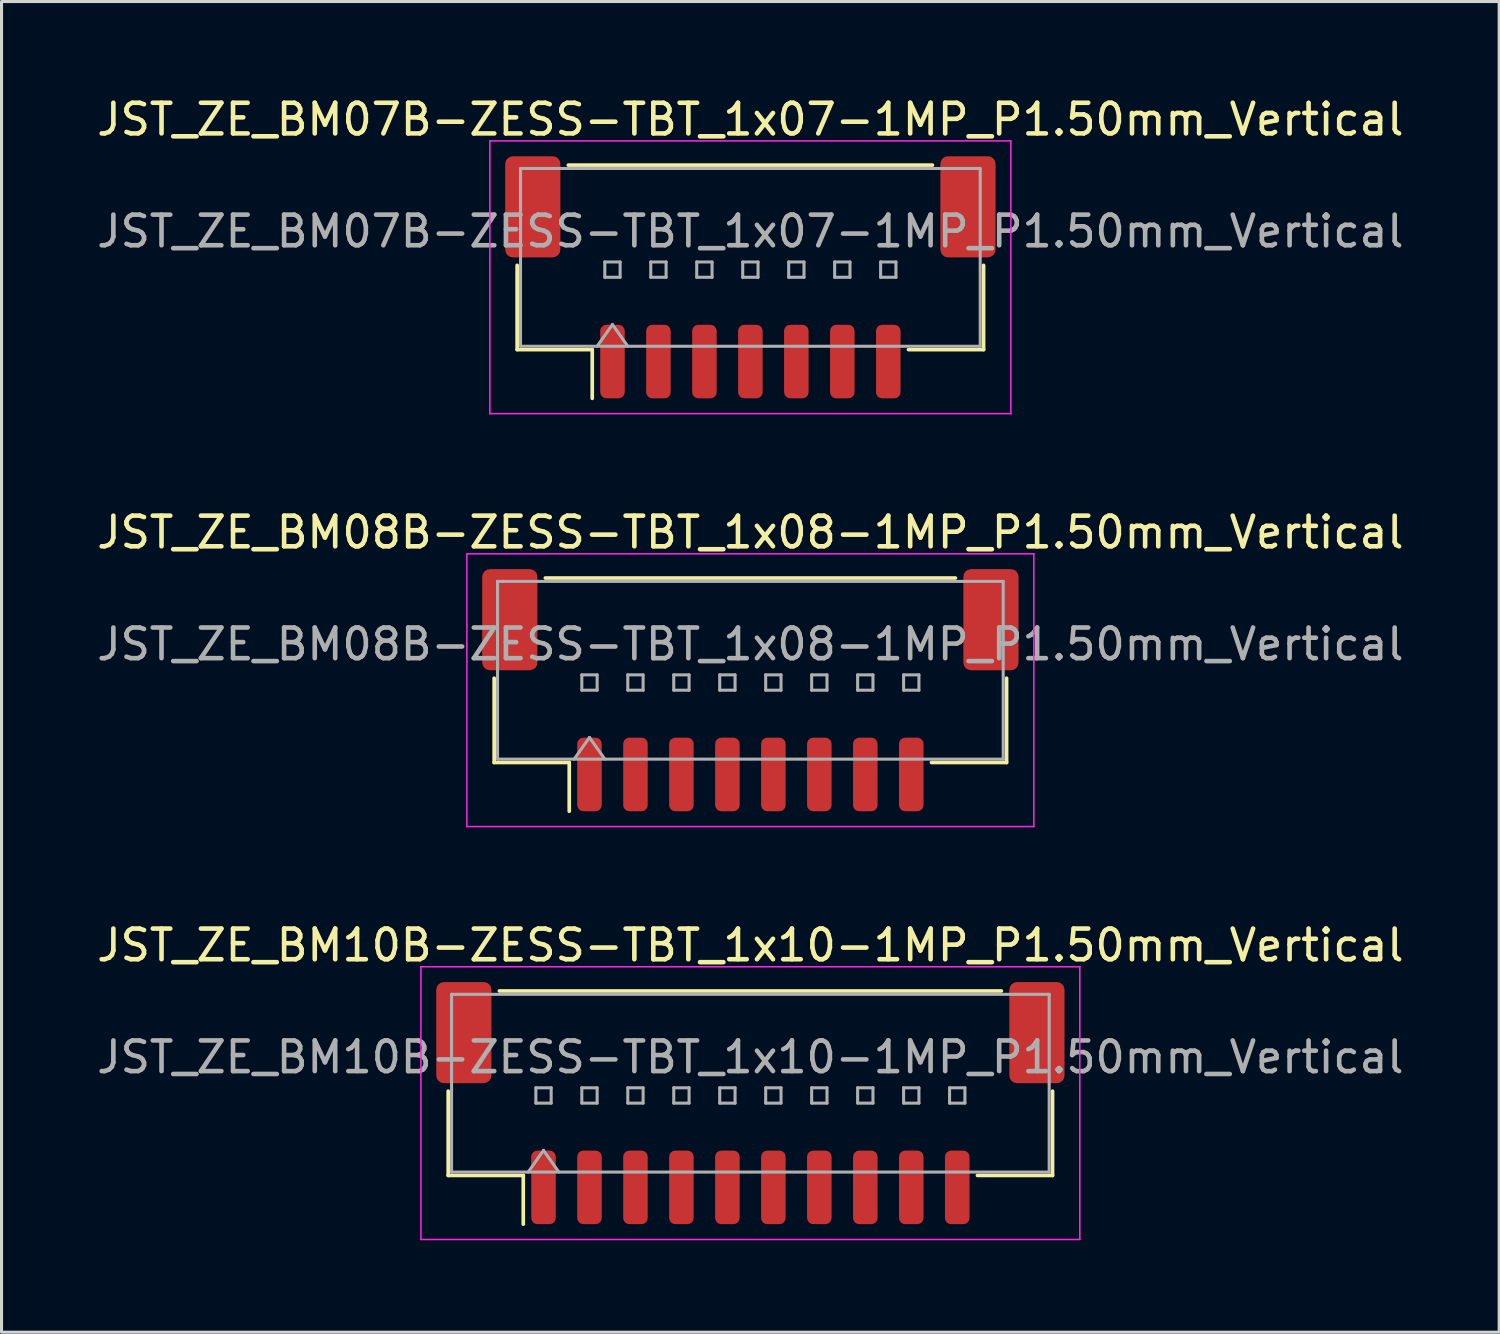
<source format=kicad_pcb>
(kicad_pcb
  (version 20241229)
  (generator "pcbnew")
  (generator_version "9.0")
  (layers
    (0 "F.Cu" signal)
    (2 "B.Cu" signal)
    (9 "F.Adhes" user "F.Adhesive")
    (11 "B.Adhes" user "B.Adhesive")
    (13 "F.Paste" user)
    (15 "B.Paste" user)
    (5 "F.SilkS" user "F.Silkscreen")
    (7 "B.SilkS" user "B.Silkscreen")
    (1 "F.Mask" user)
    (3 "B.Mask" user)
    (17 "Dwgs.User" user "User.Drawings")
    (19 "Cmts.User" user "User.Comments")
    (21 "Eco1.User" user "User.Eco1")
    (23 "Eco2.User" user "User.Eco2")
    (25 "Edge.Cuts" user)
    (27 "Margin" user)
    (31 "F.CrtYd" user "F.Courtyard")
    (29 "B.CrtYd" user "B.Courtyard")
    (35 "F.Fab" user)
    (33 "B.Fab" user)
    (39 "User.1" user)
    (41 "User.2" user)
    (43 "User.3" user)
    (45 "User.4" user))
  (footprint "JST_ZE_BM07B-ZESS-TBT_1x07-1MP_P1.50mm_Vertical"
    (layer "F.Cu")
    (at 21.435 5.998)
    (property "Reference" "JST_ZE_BM07B-ZESS-TBT_1x07-1MP_P1.50mm_Vertical" (at 0 -5.15 0) (layer "F.SilkS") (effects (font (size 1 1) (thickness 0.15))))
    (attr smd)
    (fp_line (start -7.61 -0.39) (end -7.61 2.36) (stroke (width 0.12) (type solid)) (layer "F.SilkS"))
    (fp_line (start -7.61 2.36) (end -5.16 2.36) (stroke (width 0.12) (type solid)) (layer "F.SilkS"))
    (fp_line (start -5.94 -3.66) (end 5.94 -3.66) (stroke (width 0.12) (type solid)) (layer "F.SilkS"))
    (fp_line (start -5.16 2.36) (end -5.16 3.95) (stroke (width 0.12) (type solid)) (layer "F.SilkS"))
    (fp_line (start 7.61 -0.39) (end 7.61 2.36) (stroke (width 0.12) (type solid)) (layer "F.SilkS"))
    (fp_line (start 7.61 2.36) (end 5.16 2.36) (stroke (width 0.12) (type solid)) (layer "F.SilkS"))
    (fp_line (start -8.5 -4.45) (end -8.5 4.45) (stroke (width 0.05) (type solid)) (layer "F.CrtYd"))
    (fp_line (start -8.5 4.45) (end 8.5 4.45) (stroke (width 0.05) (type solid)) (layer "F.CrtYd"))
    (fp_line (start 8.5 -4.45) (end -8.5 -4.45) (stroke (width 0.05) (type solid)) (layer "F.CrtYd"))
    (fp_line (start 8.5 4.45) (end 8.5 -4.45) (stroke (width 0.05) (type solid)) (layer "F.CrtYd"))
    (fp_line (start -7.5 -3.55) (end 7.5 -3.55) (stroke (width 0.1) (type solid)) (layer "F.Fab"))
    (fp_line (start -7.5 2.25) (end -7.5 -3.55) (stroke (width 0.1) (type solid)) (layer "F.Fab"))
    (fp_line (start -7.5 2.25) (end 7.5 2.25) (stroke (width 0.1) (type solid)) (layer "F.Fab"))
    (fp_line (start -5 2.25) (end -4.5 1.543) (stroke (width 0.1) (type solid)) (layer "F.Fab"))
    (fp_line (start -4.75 -0.5) (end -4.75 0) (stroke (width 0.1) (type solid)) (layer "F.Fab"))
    (fp_line (start -4.75 0) (end -4.25 0) (stroke (width 0.1) (type solid)) (layer "F.Fab"))
    (fp_line (start -4.5 1.543) (end -4 2.25) (stroke (width 0.1) (type solid)) (layer "F.Fab"))
    (fp_line (start -4.25 -0.5) (end -4.75 -0.5) (stroke (width 0.1) (type solid)) (layer "F.Fab"))
    (fp_line (start -4.25 0) (end -4.25 -0.5) (stroke (width 0.1) (type solid)) (layer "F.Fab"))
    (fp_line (start -3.25 -0.5) (end -3.25 0) (stroke (width 0.1) (type solid)) (layer "F.Fab"))
    (fp_line (start -3.25 0) (end -2.75 0) (stroke (width 0.1) (type solid)) (layer "F.Fab"))
    (fp_line (start -2.75 -0.5) (end -3.25 -0.5) (stroke (width 0.1) (type solid)) (layer "F.Fab"))
    (fp_line (start -2.75 0) (end -2.75 -0.5) (stroke (width 0.1) (type solid)) (layer "F.Fab"))
    (fp_line (start -1.75 -0.5) (end -1.75 0) (stroke (width 0.1) (type solid)) (layer "F.Fab"))
    (fp_line (start -1.75 0) (end -1.25 0) (stroke (width 0.1) (type solid)) (layer "F.Fab"))
    (fp_line (start -1.25 -0.5) (end -1.75 -0.5) (stroke (width 0.1) (type solid)) (layer "F.Fab"))
    (fp_line (start -1.25 0) (end -1.25 -0.5) (stroke (width 0.1) (type solid)) (layer "F.Fab"))
    (fp_line (start -0.25 -0.5) (end -0.25 0) (stroke (width 0.1) (type solid)) (layer "F.Fab"))
    (fp_line (start -0.25 0) (end 0.25 0) (stroke (width 0.1) (type solid)) (layer "F.Fab"))
    (fp_line (start 0.25 -0.5) (end -0.25 -0.5) (stroke (width 0.1) (type solid)) (layer "F.Fab"))
    (fp_line (start 0.25 0) (end 0.25 -0.5) (stroke (width 0.1) (type solid)) (layer "F.Fab"))
    (fp_line (start 1.25 -0.5) (end 1.25 0) (stroke (width 0.1) (type solid)) (layer "F.Fab"))
    (fp_line (start 1.25 0) (end 1.75 0) (stroke (width 0.1) (type solid)) (layer "F.Fab"))
    (fp_line (start 1.75 -0.5) (end 1.25 -0.5) (stroke (width 0.1) (type solid)) (layer "F.Fab"))
    (fp_line (start 1.75 0) (end 1.75 -0.5) (stroke (width 0.1) (type solid)) (layer "F.Fab"))
    (fp_line (start 2.75 -0.5) (end 2.75 0) (stroke (width 0.1) (type solid)) (layer "F.Fab"))
    (fp_line (start 2.75 0) (end 3.25 0) (stroke (width 0.1) (type solid)) (layer "F.Fab"))
    (fp_line (start 3.25 -0.5) (end 2.75 -0.5) (stroke (width 0.1) (type solid)) (layer "F.Fab"))
    (fp_line (start 3.25 0) (end 3.25 -0.5) (stroke (width 0.1) (type solid)) (layer "F.Fab"))
    (fp_line (start 4.25 -0.5) (end 4.25 0) (stroke (width 0.1) (type solid)) (layer "F.Fab"))
    (fp_line (start 4.25 0) (end 4.75 0) (stroke (width 0.1) (type solid)) (layer "F.Fab"))
    (fp_line (start 4.75 -0.5) (end 4.25 -0.5) (stroke (width 0.1) (type solid)) (layer "F.Fab"))
    (fp_line (start 4.75 0) (end 4.75 -0.5) (stroke (width 0.1) (type solid)) (layer "F.Fab"))
    (fp_line (start 7.5 2.25) (end 7.5 -3.55) (stroke (width 0.1) (type solid)) (layer "F.Fab"))
    (fp_text user "${REFERENCE}" (at 0 -1.5 0) (layer "F.Fab") (effects (font (size 1 1) (thickness 0.15))))
    (pad "1" smd roundrect (at -4.5 2.75) (size 0.8 2.4) (layers "F.Cu" "F.Mask" "F.Paste") (roundrect_rratio 0.25))
    (pad "2" smd roundrect (at -3 2.75) (size 0.8 2.4) (layers "F.Cu" "F.Mask" "F.Paste") (roundrect_rratio 0.25))
    (pad "3" smd roundrect (at -1.5 2.75) (size 0.8 2.4) (layers "F.Cu" "F.Mask" "F.Paste") (roundrect_rratio 0.25))
    (pad "4" smd roundrect (at 0 2.75) (size 0.8 2.4) (layers "F.Cu" "F.Mask" "F.Paste") (roundrect_rratio 0.25))
    (pad "5" smd roundrect (at 1.5 2.75) (size 0.8 2.4) (layers "F.Cu" "F.Mask" "F.Paste") (roundrect_rratio 0.25))
    (pad "6" smd roundrect (at 3 2.75) (size 0.8 2.4) (layers "F.Cu" "F.Mask" "F.Paste") (roundrect_rratio 0.25))
    (pad "7" smd roundrect (at 4.5 2.75) (size 0.8 2.4) (layers "F.Cu" "F.Mask" "F.Paste") (roundrect_rratio 0.25))
    (pad "MP" smd roundrect (at -7.1 -2.3) (size 1.8 3.3) (layers "F.Cu" "F.Mask" "F.Paste") (roundrect_rratio 0.139))
    (pad "MP" smd roundrect (at 7.1 -2.3) (size 1.8 3.3) (layers "F.Cu" "F.Mask" "F.Paste") (roundrect_rratio 0.139)))
  (footprint "JST_ZE_BM10B-ZESS-TBT_1x10-1MP_P1.50mm_Vertical"
    (layer "F.Cu")
    (at 21.435 32.945)
    (property "Reference" "JST_ZE_BM10B-ZESS-TBT_1x10-1MP_P1.50mm_Vertical" (at 0 -5.15 0) (layer "F.SilkS") (effects (font (size 1 1) (thickness 0.15))))
    (attr smd)
    (fp_line (start -9.86 -0.39) (end -9.86 2.36) (stroke (width 0.12) (type solid)) (layer "F.SilkS"))
    (fp_line (start -9.86 2.36) (end -7.41 2.36) (stroke (width 0.12) (type solid)) (layer "F.SilkS"))
    (fp_line (start -8.19 -3.66) (end 8.19 -3.66) (stroke (width 0.12) (type solid)) (layer "F.SilkS"))
    (fp_line (start -7.41 2.36) (end -7.41 3.95) (stroke (width 0.12) (type solid)) (layer "F.SilkS"))
    (fp_line (start 9.86 -0.39) (end 9.86 2.36) (stroke (width 0.12) (type solid)) (layer "F.SilkS"))
    (fp_line (start 9.86 2.36) (end 7.41 2.36) (stroke (width 0.12) (type solid)) (layer "F.SilkS"))
    (fp_line (start -10.75 -4.45) (end -10.75 4.45) (stroke (width 0.05) (type solid)) (layer "F.CrtYd"))
    (fp_line (start -10.75 4.45) (end 10.75 4.45) (stroke (width 0.05) (type solid)) (layer "F.CrtYd"))
    (fp_line (start 10.75 -4.45) (end -10.75 -4.45) (stroke (width 0.05) (type solid)) (layer "F.CrtYd"))
    (fp_line (start 10.75 4.45) (end 10.75 -4.45) (stroke (width 0.05) (type solid)) (layer "F.CrtYd"))
    (fp_line (start -9.75 -3.55) (end 9.75 -3.55) (stroke (width 0.1) (type solid)) (layer "F.Fab"))
    (fp_line (start -9.75 2.25) (end -9.75 -3.55) (stroke (width 0.1) (type solid)) (layer "F.Fab"))
    (fp_line (start -9.75 2.25) (end 9.75 2.25) (stroke (width 0.1) (type solid)) (layer "F.Fab"))
    (fp_line (start -7.25 2.25) (end -6.75 1.543) (stroke (width 0.1) (type solid)) (layer "F.Fab"))
    (fp_line (start -7 -0.5) (end -7 0) (stroke (width 0.1) (type solid)) (layer "F.Fab"))
    (fp_line (start -7 0) (end -6.5 0) (stroke (width 0.1) (type solid)) (layer "F.Fab"))
    (fp_line (start -6.75 1.543) (end -6.25 2.25) (stroke (width 0.1) (type solid)) (layer "F.Fab"))
    (fp_line (start -6.5 -0.5) (end -7 -0.5) (stroke (width 0.1) (type solid)) (layer "F.Fab"))
    (fp_line (start -6.5 0) (end -6.5 -0.5) (stroke (width 0.1) (type solid)) (layer "F.Fab"))
    (fp_line (start -5.5 -0.5) (end -5.5 0) (stroke (width 0.1) (type solid)) (layer "F.Fab"))
    (fp_line (start -5.5 0) (end -5 0) (stroke (width 0.1) (type solid)) (layer "F.Fab"))
    (fp_line (start -5 -0.5) (end -5.5 -0.5) (stroke (width 0.1) (type solid)) (layer "F.Fab"))
    (fp_line (start -5 0) (end -5 -0.5) (stroke (width 0.1) (type solid)) (layer "F.Fab"))
    (fp_line (start -4 -0.5) (end -4 0) (stroke (width 0.1) (type solid)) (layer "F.Fab"))
    (fp_line (start -4 0) (end -3.5 0) (stroke (width 0.1) (type solid)) (layer "F.Fab"))
    (fp_line (start -3.5 -0.5) (end -4 -0.5) (stroke (width 0.1) (type solid)) (layer "F.Fab"))
    (fp_line (start -3.5 0) (end -3.5 -0.5) (stroke (width 0.1) (type solid)) (layer "F.Fab"))
    (fp_line (start -2.5 -0.5) (end -2.5 0) (stroke (width 0.1) (type solid)) (layer "F.Fab"))
    (fp_line (start -2.5 0) (end -2 0) (stroke (width 0.1) (type solid)) (layer "F.Fab"))
    (fp_line (start -2 -0.5) (end -2.5 -0.5) (stroke (width 0.1) (type solid)) (layer "F.Fab"))
    (fp_line (start -2 0) (end -2 -0.5) (stroke (width 0.1) (type solid)) (layer "F.Fab"))
    (fp_line (start -1 -0.5) (end -1 0) (stroke (width 0.1) (type solid)) (layer "F.Fab"))
    (fp_line (start -1 0) (end -0.5 0) (stroke (width 0.1) (type solid)) (layer "F.Fab"))
    (fp_line (start -0.5 -0.5) (end -1 -0.5) (stroke (width 0.1) (type solid)) (layer "F.Fab"))
    (fp_line (start -0.5 0) (end -0.5 -0.5) (stroke (width 0.1) (type solid)) (layer "F.Fab"))
    (fp_line (start 0.5 -0.5) (end 0.5 0) (stroke (width 0.1) (type solid)) (layer "F.Fab"))
    (fp_line (start 0.5 0) (end 1 0) (stroke (width 0.1) (type solid)) (layer "F.Fab"))
    (fp_line (start 1 -0.5) (end 0.5 -0.5) (stroke (width 0.1) (type solid)) (layer "F.Fab"))
    (fp_line (start 1 0) (end 1 -0.5) (stroke (width 0.1) (type solid)) (layer "F.Fab"))
    (fp_line (start 2 -0.5) (end 2 0) (stroke (width 0.1) (type solid)) (layer "F.Fab"))
    (fp_line (start 2 0) (end 2.5 0) (stroke (width 0.1) (type solid)) (layer "F.Fab"))
    (fp_line (start 2.5 -0.5) (end 2 -0.5) (stroke (width 0.1) (type solid)) (layer "F.Fab"))
    (fp_line (start 2.5 0) (end 2.5 -0.5) (stroke (width 0.1) (type solid)) (layer "F.Fab"))
    (fp_line (start 3.5 -0.5) (end 3.5 0) (stroke (width 0.1) (type solid)) (layer "F.Fab"))
    (fp_line (start 3.5 0) (end 4 0) (stroke (width 0.1) (type solid)) (layer "F.Fab"))
    (fp_line (start 4 -0.5) (end 3.5 -0.5) (stroke (width 0.1) (type solid)) (layer "F.Fab"))
    (fp_line (start 4 0) (end 4 -0.5) (stroke (width 0.1) (type solid)) (layer "F.Fab"))
    (fp_line (start 5 -0.5) (end 5 0) (stroke (width 0.1) (type solid)) (layer "F.Fab"))
    (fp_line (start 5 0) (end 5.5 0) (stroke (width 0.1) (type solid)) (layer "F.Fab"))
    (fp_line (start 5.5 -0.5) (end 5 -0.5) (stroke (width 0.1) (type solid)) (layer "F.Fab"))
    (fp_line (start 5.5 0) (end 5.5 -0.5) (stroke (width 0.1) (type solid)) (layer "F.Fab"))
    (fp_line (start 6.5 -0.5) (end 6.5 0) (stroke (width 0.1) (type solid)) (layer "F.Fab"))
    (fp_line (start 6.5 0) (end 7 0) (stroke (width 0.1) (type solid)) (layer "F.Fab"))
    (fp_line (start 7 -0.5) (end 6.5 -0.5) (stroke (width 0.1) (type solid)) (layer "F.Fab"))
    (fp_line (start 7 0) (end 7 -0.5) (stroke (width 0.1) (type solid)) (layer "F.Fab"))
    (fp_line (start 9.75 2.25) (end 9.75 -3.55) (stroke (width 0.1) (type solid)) (layer "F.Fab"))
    (fp_text user "${REFERENCE}" (at 0 -1.5 0) (layer "F.Fab") (effects (font (size 1 1) (thickness 0.15))))
    (pad "1" smd roundrect (at -6.75 2.75) (size 0.8 2.4) (layers "F.Cu" "F.Mask" "F.Paste") (roundrect_rratio 0.25))
    (pad "2" smd roundrect (at -5.25 2.75) (size 0.8 2.4) (layers "F.Cu" "F.Mask" "F.Paste") (roundrect_rratio 0.25))
    (pad "3" smd roundrect (at -3.75 2.75) (size 0.8 2.4) (layers "F.Cu" "F.Mask" "F.Paste") (roundrect_rratio 0.25))
    (pad "4" smd roundrect (at -2.25 2.75) (size 0.8 2.4) (layers "F.Cu" "F.Mask" "F.Paste") (roundrect_rratio 0.25))
    (pad "5" smd roundrect (at -0.75 2.75) (size 0.8 2.4) (layers "F.Cu" "F.Mask" "F.Paste") (roundrect_rratio 0.25))
    (pad "6" smd roundrect (at 0.75 2.75) (size 0.8 2.4) (layers "F.Cu" "F.Mask" "F.Paste") (roundrect_rratio 0.25))
    (pad "7" smd roundrect (at 2.25 2.75) (size 0.8 2.4) (layers "F.Cu" "F.Mask" "F.Paste") (roundrect_rratio 0.25))
    (pad "8" smd roundrect (at 3.75 2.75) (size 0.8 2.4) (layers "F.Cu" "F.Mask" "F.Paste") (roundrect_rratio 0.25))
    (pad "9" smd roundrect (at 5.25 2.75) (size 0.8 2.4) (layers "F.Cu" "F.Mask" "F.Paste") (roundrect_rratio 0.25))
    (pad "10" smd roundrect (at 6.75 2.75) (size 0.8 2.4) (layers "F.Cu" "F.Mask" "F.Paste") (roundrect_rratio 0.25))
    (pad "MP" smd roundrect (at -9.35 -2.3) (size 1.8 3.3) (layers "F.Cu" "F.Mask" "F.Paste") (roundrect_rratio 0.139))
    (pad "MP" smd roundrect (at 9.35 -2.3) (size 1.8 3.3) (layers "F.Cu" "F.Mask" "F.Paste") (roundrect_rratio 0.139)))
  (footprint "JST_ZE_BM08B-ZESS-TBT_1x08-1MP_P1.50mm_Vertical"
    (layer "F.Cu")
    (at 21.435 19.471)
    (property "Reference" "JST_ZE_BM08B-ZESS-TBT_1x08-1MP_P1.50mm_Vertical" (at 0 -5.15 0) (layer "F.SilkS") (effects (font (size 1 1) (thickness 0.15))))
    (attr smd)
    (fp_line (start -8.36 -0.39) (end -8.36 2.36) (stroke (width 0.12) (type solid)) (layer "F.SilkS"))
    (fp_line (start -8.36 2.36) (end -5.91 2.36) (stroke (width 0.12) (type solid)) (layer "F.SilkS"))
    (fp_line (start -6.69 -3.66) (end 6.69 -3.66) (stroke (width 0.12) (type solid)) (layer "F.SilkS"))
    (fp_line (start -5.91 2.36) (end -5.91 3.95) (stroke (width 0.12) (type solid)) (layer "F.SilkS"))
    (fp_line (start 8.36 -0.39) (end 8.36 2.36) (stroke (width 0.12) (type solid)) (layer "F.SilkS"))
    (fp_line (start 8.36 2.36) (end 5.91 2.36) (stroke (width 0.12) (type solid)) (layer "F.SilkS"))
    (fp_line (start -9.25 -4.45) (end -9.25 4.45) (stroke (width 0.05) (type solid)) (layer "F.CrtYd"))
    (fp_line (start -9.25 4.45) (end 9.25 4.45) (stroke (width 0.05) (type solid)) (layer "F.CrtYd"))
    (fp_line (start 9.25 -4.45) (end -9.25 -4.45) (stroke (width 0.05) (type solid)) (layer "F.CrtYd"))
    (fp_line (start 9.25 4.45) (end 9.25 -4.45) (stroke (width 0.05) (type solid)) (layer "F.CrtYd"))
    (fp_line (start -8.25 -3.55) (end 8.25 -3.55) (stroke (width 0.1) (type solid)) (layer "F.Fab"))
    (fp_line (start -8.25 2.25) (end -8.25 -3.55) (stroke (width 0.1) (type solid)) (layer "F.Fab"))
    (fp_line (start -8.25 2.25) (end 8.25 2.25) (stroke (width 0.1) (type solid)) (layer "F.Fab"))
    (fp_line (start -5.75 2.25) (end -5.25 1.543) (stroke (width 0.1) (type solid)) (layer "F.Fab"))
    (fp_line (start -5.5 -0.5) (end -5.5 0) (stroke (width 0.1) (type solid)) (layer "F.Fab"))
    (fp_line (start -5.5 0) (end -5 0) (stroke (width 0.1) (type solid)) (layer "F.Fab"))
    (fp_line (start -5.25 1.543) (end -4.75 2.25) (stroke (width 0.1) (type solid)) (layer "F.Fab"))
    (fp_line (start -5 -0.5) (end -5.5 -0.5) (stroke (width 0.1) (type solid)) (layer "F.Fab"))
    (fp_line (start -5 0) (end -5 -0.5) (stroke (width 0.1) (type solid)) (layer "F.Fab"))
    (fp_line (start -4 -0.5) (end -4 0) (stroke (width 0.1) (type solid)) (layer "F.Fab"))
    (fp_line (start -4 0) (end -3.5 0) (stroke (width 0.1) (type solid)) (layer "F.Fab"))
    (fp_line (start -3.5 -0.5) (end -4 -0.5) (stroke (width 0.1) (type solid)) (layer "F.Fab"))
    (fp_line (start -3.5 0) (end -3.5 -0.5) (stroke (width 0.1) (type solid)) (layer "F.Fab"))
    (fp_line (start -2.5 -0.5) (end -2.5 0) (stroke (width 0.1) (type solid)) (layer "F.Fab"))
    (fp_line (start -2.5 0) (end -2 0) (stroke (width 0.1) (type solid)) (layer "F.Fab"))
    (fp_line (start -2 -0.5) (end -2.5 -0.5) (stroke (width 0.1) (type solid)) (layer "F.Fab"))
    (fp_line (start -2 0) (end -2 -0.5) (stroke (width 0.1) (type solid)) (layer "F.Fab"))
    (fp_line (start -1 -0.5) (end -1 0) (stroke (width 0.1) (type solid)) (layer "F.Fab"))
    (fp_line (start -1 0) (end -0.5 0) (stroke (width 0.1) (type solid)) (layer "F.Fab"))
    (fp_line (start -0.5 -0.5) (end -1 -0.5) (stroke (width 0.1) (type solid)) (layer "F.Fab"))
    (fp_line (start -0.5 0) (end -0.5 -0.5) (stroke (width 0.1) (type solid)) (layer "F.Fab"))
    (fp_line (start 0.5 -0.5) (end 0.5 0) (stroke (width 0.1) (type solid)) (layer "F.Fab"))
    (fp_line (start 0.5 0) (end 1 0) (stroke (width 0.1) (type solid)) (layer "F.Fab"))
    (fp_line (start 1 -0.5) (end 0.5 -0.5) (stroke (width 0.1) (type solid)) (layer "F.Fab"))
    (fp_line (start 1 0) (end 1 -0.5) (stroke (width 0.1) (type solid)) (layer "F.Fab"))
    (fp_line (start 2 -0.5) (end 2 0) (stroke (width 0.1) (type solid)) (layer "F.Fab"))
    (fp_line (start 2 0) (end 2.5 0) (stroke (width 0.1) (type solid)) (layer "F.Fab"))
    (fp_line (start 2.5 -0.5) (end 2 -0.5) (stroke (width 0.1) (type solid)) (layer "F.Fab"))
    (fp_line (start 2.5 0) (end 2.5 -0.5) (stroke (width 0.1) (type solid)) (layer "F.Fab"))
    (fp_line (start 3.5 -0.5) (end 3.5 0) (stroke (width 0.1) (type solid)) (layer "F.Fab"))
    (fp_line (start 3.5 0) (end 4 0) (stroke (width 0.1) (type solid)) (layer "F.Fab"))
    (fp_line (start 4 -0.5) (end 3.5 -0.5) (stroke (width 0.1) (type solid)) (layer "F.Fab"))
    (fp_line (start 4 0) (end 4 -0.5) (stroke (width 0.1) (type solid)) (layer "F.Fab"))
    (fp_line (start 5 -0.5) (end 5 0) (stroke (width 0.1) (type solid)) (layer "F.Fab"))
    (fp_line (start 5 0) (end 5.5 0) (stroke (width 0.1) (type solid)) (layer "F.Fab"))
    (fp_line (start 5.5 -0.5) (end 5 -0.5) (stroke (width 0.1) (type solid)) (layer "F.Fab"))
    (fp_line (start 5.5 0) (end 5.5 -0.5) (stroke (width 0.1) (type solid)) (layer "F.Fab"))
    (fp_line (start 8.25 2.25) (end 8.25 -3.55) (stroke (width 0.1) (type solid)) (layer "F.Fab"))
    (fp_text user "${REFERENCE}" (at 0 -1.5 0) (layer "F.Fab") (effects (font (size 1 1) (thickness 0.15))))
    (pad "1" smd roundrect (at -5.25 2.75) (size 0.8 2.4) (layers "F.Cu" "F.Mask" "F.Paste") (roundrect_rratio 0.25))
    (pad "2" smd roundrect (at -3.75 2.75) (size 0.8 2.4) (layers "F.Cu" "F.Mask" "F.Paste") (roundrect_rratio 0.25))
    (pad "3" smd roundrect (at -2.25 2.75) (size 0.8 2.4) (layers "F.Cu" "F.Mask" "F.Paste") (roundrect_rratio 0.25))
    (pad "4" smd roundrect (at -0.75 2.75) (size 0.8 2.4) (layers "F.Cu" "F.Mask" "F.Paste") (roundrect_rratio 0.25))
    (pad "5" smd roundrect (at 0.75 2.75) (size 0.8 2.4) (layers "F.Cu" "F.Mask" "F.Paste") (roundrect_rratio 0.25))
    (pad "6" smd roundrect (at 2.25 2.75) (size 0.8 2.4) (layers "F.Cu" "F.Mask" "F.Paste") (roundrect_rratio 0.25))
    (pad "7" smd roundrect (at 3.75 2.75) (size 0.8 2.4) (layers "F.Cu" "F.Mask" "F.Paste") (roundrect_rratio 0.25))
    (pad "8" smd roundrect (at 5.25 2.75) (size 0.8 2.4) (layers "F.Cu" "F.Mask" "F.Paste") (roundrect_rratio 0.25))
    (pad "MP" smd roundrect (at -7.85 -2.3) (size 1.8 3.3) (layers "F.Cu" "F.Mask" "F.Paste") (roundrect_rratio 0.139))
    (pad "MP" smd roundrect (at 7.85 -2.3) (size 1.8 3.3) (layers "F.Cu" "F.Mask" "F.Paste") (roundrect_rratio 0.139)))
  (gr_rect
    (start -3 -3)
    (end 45.869 40.42)
    (stroke (width 0.1) (type default))
    (fill no)
    (layer "Edge.Cuts")))
</source>
